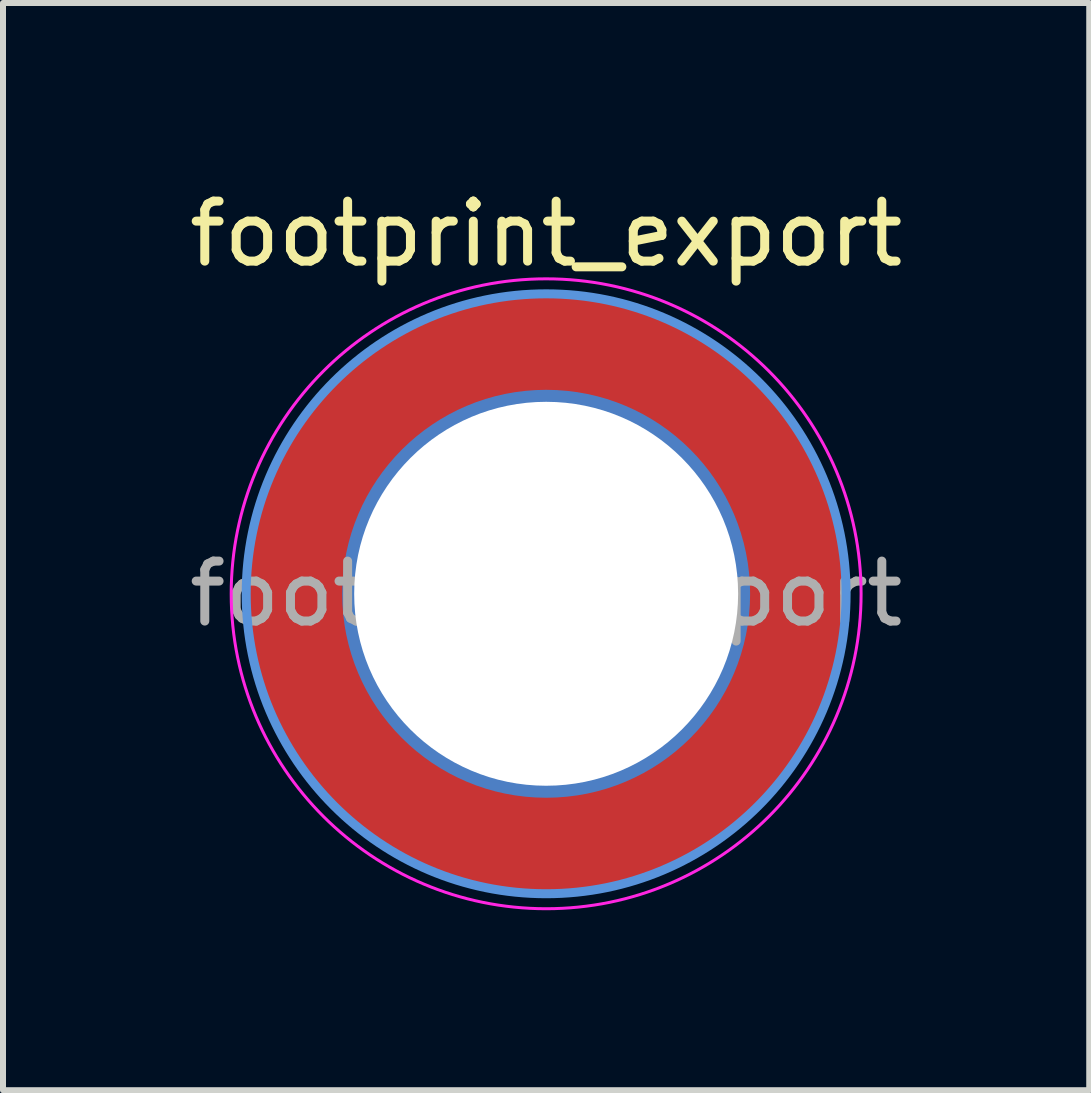
<source format=kicad_pcb>
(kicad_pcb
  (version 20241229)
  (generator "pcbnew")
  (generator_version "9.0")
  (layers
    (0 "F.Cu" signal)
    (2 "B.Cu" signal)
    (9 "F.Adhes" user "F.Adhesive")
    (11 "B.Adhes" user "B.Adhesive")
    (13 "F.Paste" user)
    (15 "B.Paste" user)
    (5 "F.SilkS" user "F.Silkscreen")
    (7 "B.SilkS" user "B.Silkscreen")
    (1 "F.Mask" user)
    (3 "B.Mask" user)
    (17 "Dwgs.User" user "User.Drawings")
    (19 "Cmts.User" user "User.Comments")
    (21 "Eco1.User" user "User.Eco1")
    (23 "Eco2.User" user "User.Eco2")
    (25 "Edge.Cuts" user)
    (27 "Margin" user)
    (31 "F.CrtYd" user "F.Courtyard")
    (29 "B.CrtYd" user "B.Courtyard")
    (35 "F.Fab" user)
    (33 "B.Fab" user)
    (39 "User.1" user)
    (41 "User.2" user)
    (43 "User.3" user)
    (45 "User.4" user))
  (footprint "footprint_export"
    (layer "F.Cu")
    (at 6.054 6.848)
    (property "Reference" "footprint_export" (at 0 -6 0) (layer "F.SilkS") (effects (font (size 1 1) (thickness 0.15))))
    (attr exclude_from_pos_files exclude_from_bom)
    (fp_circle (center 0 0) (end 5 0) (stroke (width 0.15) (type solid)) (fill no) (layer "Cmts.User"))
    (fp_circle (center 0 0) (end 5.25 0) (stroke (width 0.05) (type solid)) (fill no) (layer "F.CrtYd"))
    (fp_text user "${REFERENCE}" (at 0 0 0) (layer "F.Fab") (effects (font (size 1 1) (thickness 0.15))))
    (pad "1" thru_hole circle (at 0 0) (size 6.8 6.8) (drill 6.4) (layers "*.Cu" "*.Mask"))
    (pad "1" connect circle (at 0 0) (size 10 10) (layers "F.Cu" "F.Mask")))
  (gr_rect
    (start -3 -3)
    (end 15.107 15.123)
    (stroke (width 0.1) (type default))
    (fill no)
    (layer "Edge.Cuts")))
</source>
